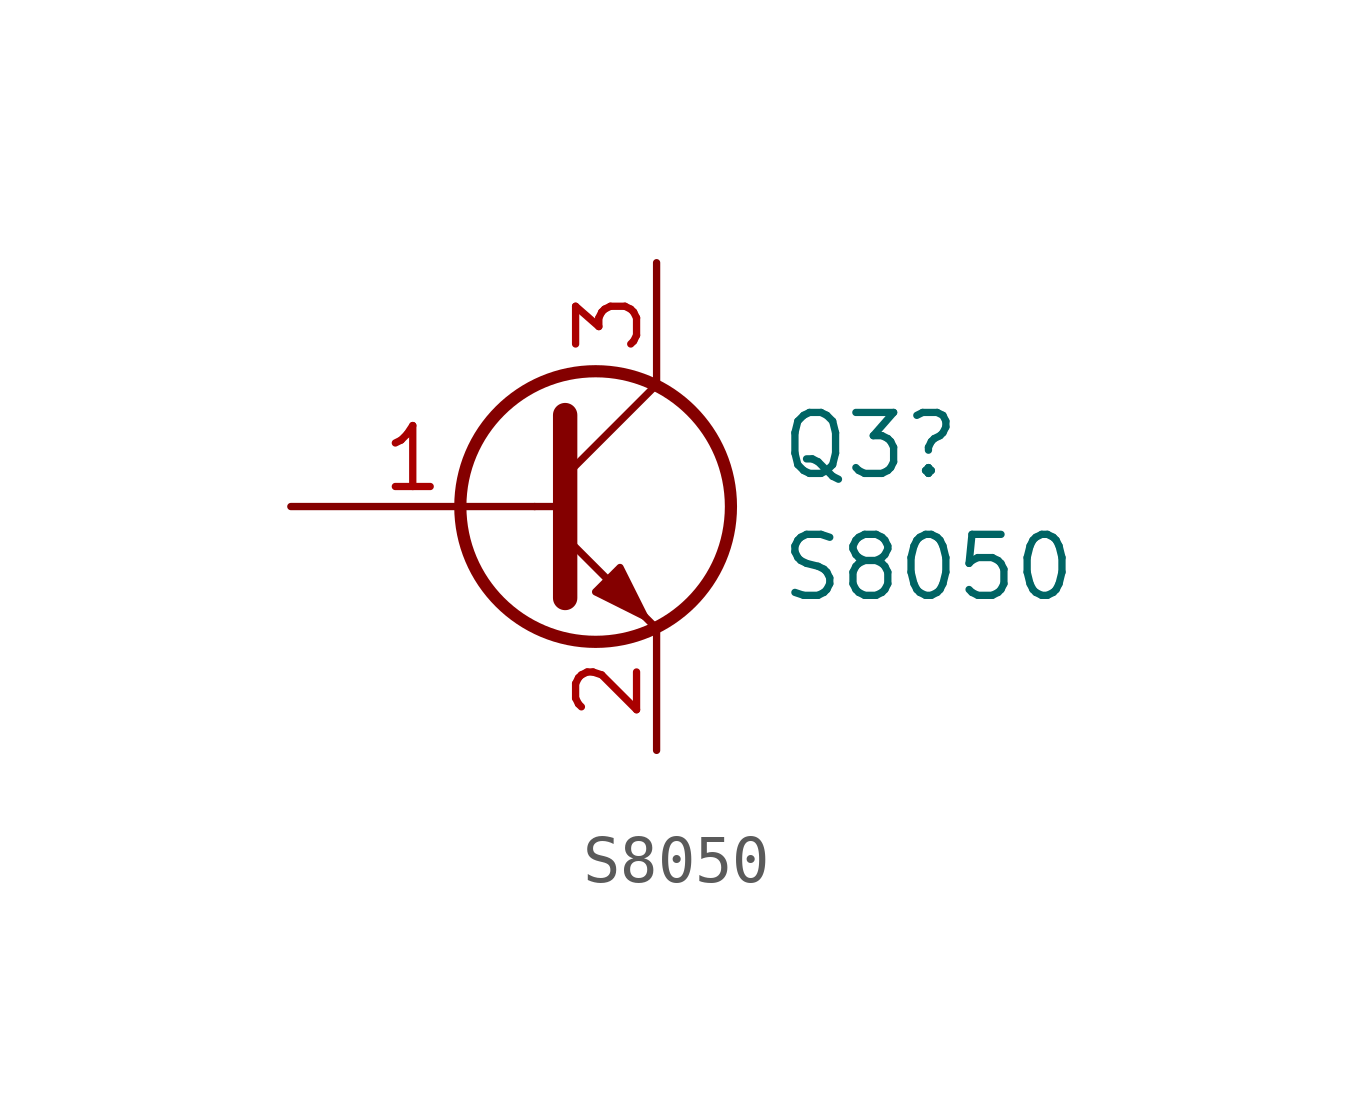
<source format=kicad_sym>
(kicad_symbol_lib
  (version 20220914)
  (generator kicad_symbol_editor)
  (symbol "S8050"
    (pin_names
      (offset 0) hide)
    (property "Reference" "Q3"
      (at 5.08 1.27 0)
      (effects (font (size 1.27 1.27)) (justify left)))
    (property "Value" "S8050"
      (at 5.08 -1.27 0)
      (effects (font (size 1.27 1.27)) (justify left)))
    (symbol "S8050_0_1"
      (polyline (pts (xy 0 0) (xy 0.635 0)) (stroke (width 0) (type default)) (fill (type none)))
      (polyline (pts (xy 0.635 0.635) (xy 2.54 2.54)) (stroke (width 0) (type default)) (fill (type none)))
      (polyline (pts (xy 0.635 -0.635) (xy 2.54 -2.54) (xy 2.54 -2.54)) (stroke (width 0) (type default)) (fill (type none)))
      (polyline (pts (xy 0.635 1.905) (xy 0.635 -1.905) (xy 0.635 -1.905)) (stroke (width 0.508) (type default)) (fill (type none)))
      (polyline (pts (xy 1.27 -1.778) (xy 1.778 -1.27) (xy 2.286 -2.286) (xy 1.27 -1.778) (xy 1.27 -1.778)) (stroke (width 0) (type default)) (fill (type outline)))
      (circle (center 1.27 0) (radius 2.819) (stroke (width 0.254) (type default)) (fill (type none))))
    (symbol "S8050_1_1"
      (pin input line (at -5.08 0 0) (length 5.08) (name "B" (effects (font (size 1.27 1.27)))) (number "1" (effects (font (size 1.27 1.27)))))
      (pin passive line (at 2.54 -5.08 90) (length 2.54) (name "E" (effects (font (size 1.27 1.27)))) (number "2" (effects (font (size 1.27 1.27)))))
      (pin passive line (at 2.54 5.08 270) (length 2.54) (name "C" (effects (font (size 1.27 1.27)))) (number "3" (effects (font (size 1.27 1.27))))))))
</source>
